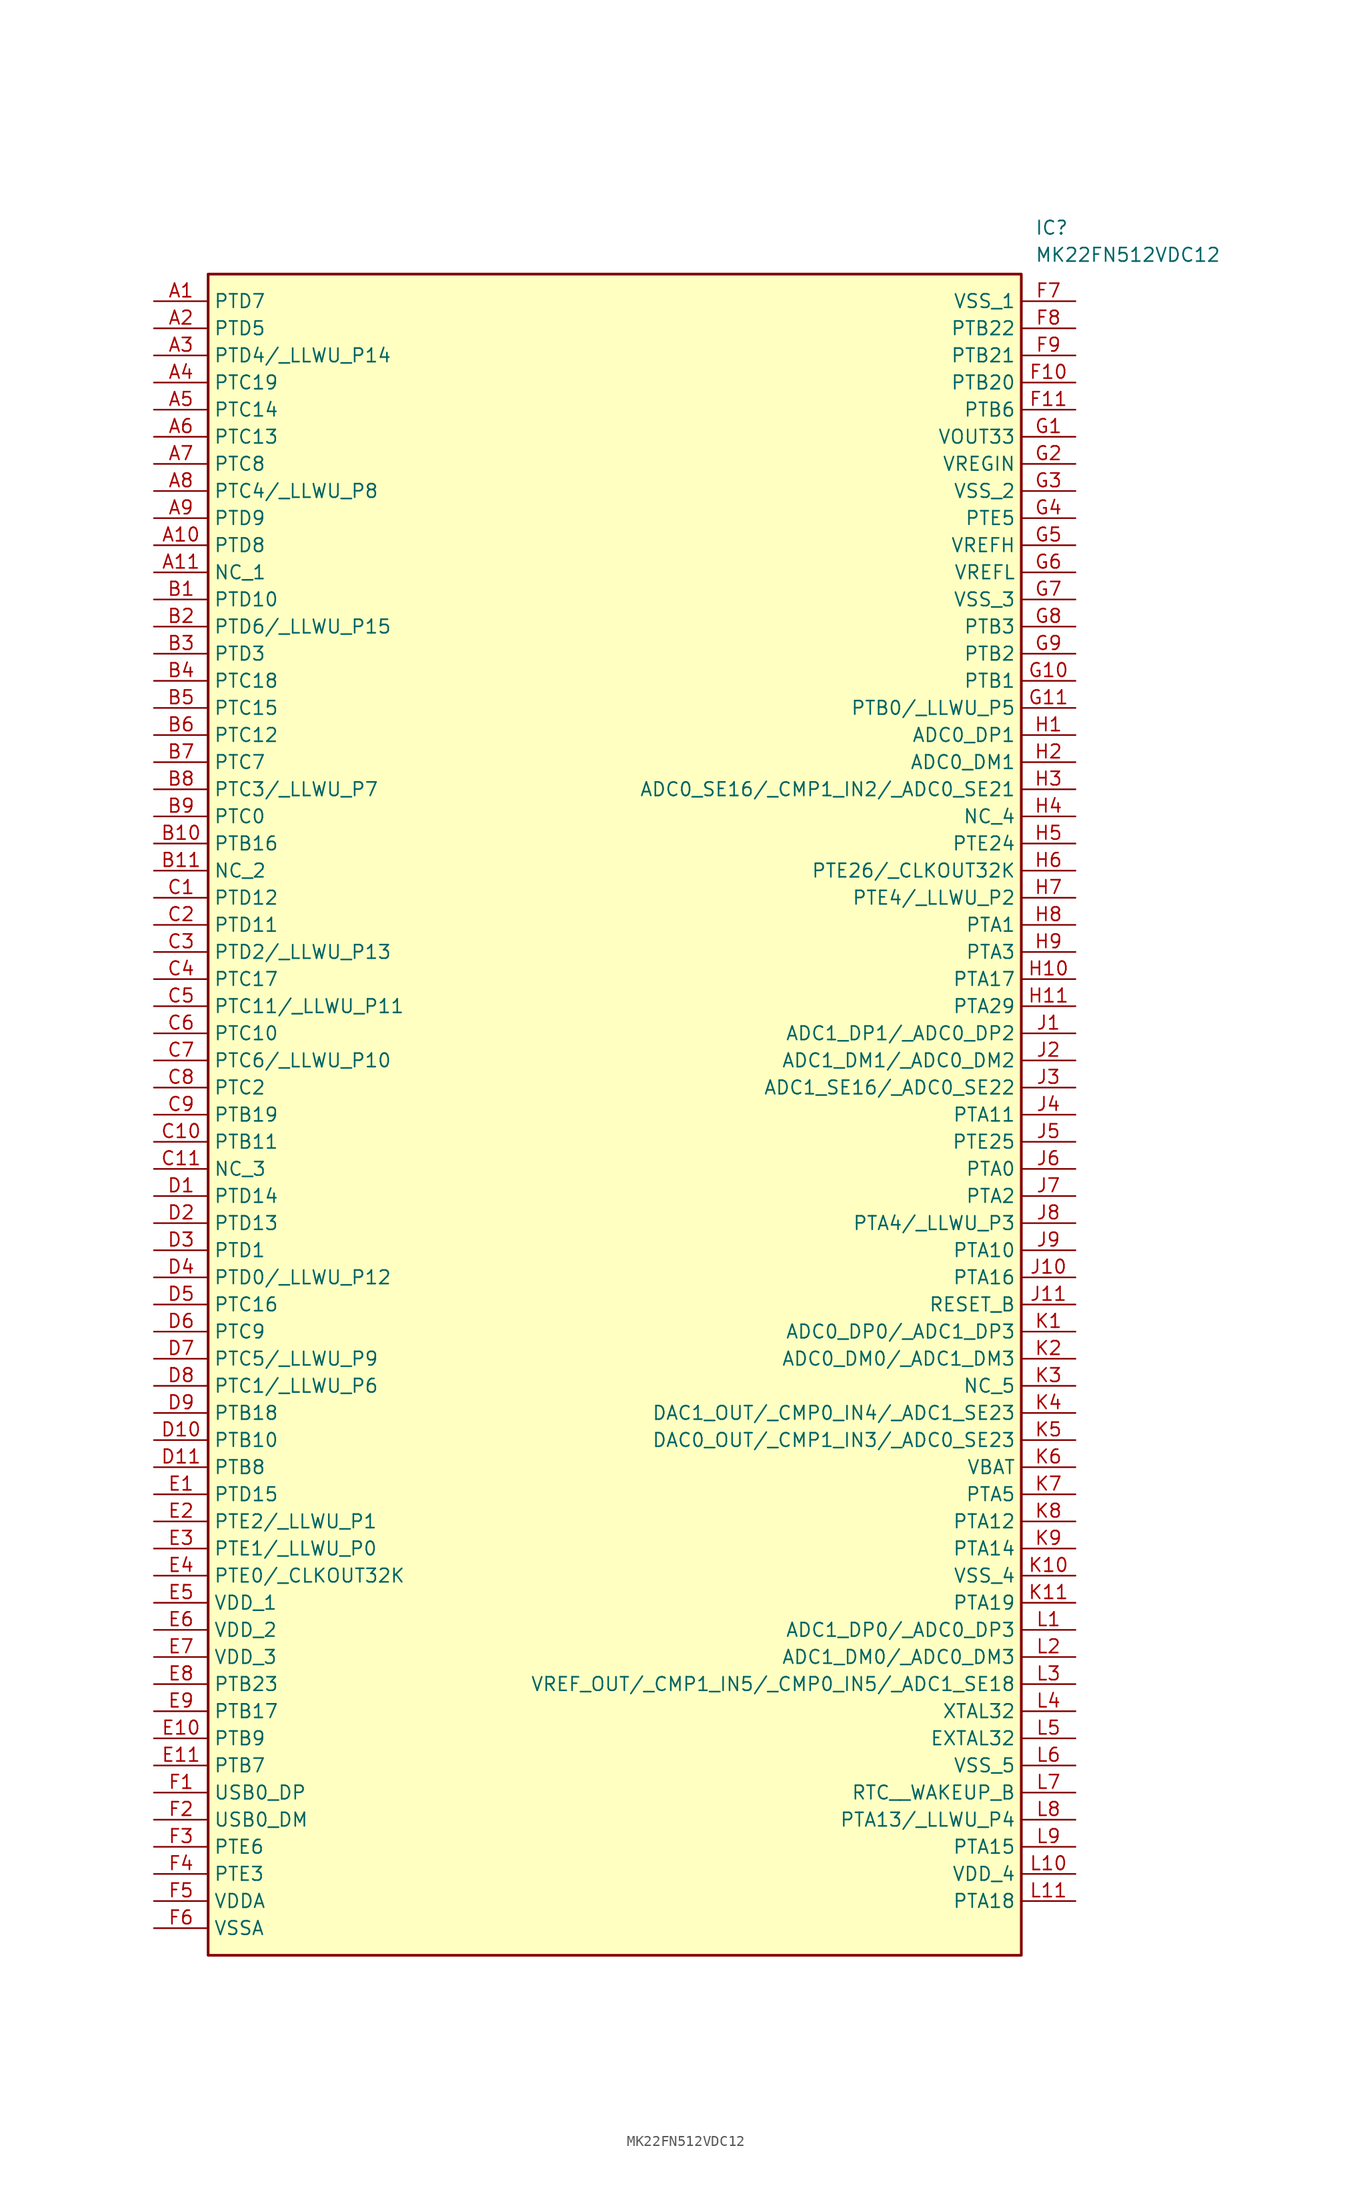
<source format=kicad_sym>
(kicad_symbol_lib
  (version 20211014)
  (generator SamacSys_ECAD_Model)
  (symbol "MK22FN512VDC12"
    (property "Reference" "IC"
      (at 82.55 7.62 0)
      (effects (font (size 1.27 1.27)) (justify left top)))
    (property "Value" "MK22FN512VDC12"
      (at 82.55 5.08 0)
      (effects (font (size 1.27 1.27)) (justify left top)))
    (rectangle
      (start 5.08 2.54)
      (end 81.28 -154.94)
      (stroke (width 0.254) (type default))
      (fill (type background)))
    (pin passive line
      (at 0 0 0)
      (length 5.08)
      (name "PTD7" (effects (font (size 1.27 1.27))))
      (number "A1" (effects (font (size 1.27 1.27)))))
    (pin passive line
      (at 0 -2.54 0)
      (length 5.08)
      (name "PTD5" (effects (font (size 1.27 1.27))))
      (number "A2" (effects (font (size 1.27 1.27)))))
    (pin passive line
      (at 0 -5.08 0)
      (length 5.08)
      (name "PTD4/_LLWU_P14" (effects (font (size 1.27 1.27))))
      (number "A3" (effects (font (size 1.27 1.27)))))
    (pin passive line
      (at 0 -7.62 0)
      (length 5.08)
      (name "PTC19" (effects (font (size 1.27 1.27))))
      (number "A4" (effects (font (size 1.27 1.27)))))
    (pin passive line
      (at 0 -10.16 0)
      (length 5.08)
      (name "PTC14" (effects (font (size 1.27 1.27))))
      (number "A5" (effects (font (size 1.27 1.27)))))
    (pin passive line
      (at 0 -12.7 0)
      (length 5.08)
      (name "PTC13" (effects (font (size 1.27 1.27))))
      (number "A6" (effects (font (size 1.27 1.27)))))
    (pin passive line
      (at 0 -15.24 0)
      (length 5.08)
      (name "PTC8" (effects (font (size 1.27 1.27))))
      (number "A7" (effects (font (size 1.27 1.27)))))
    (pin passive line
      (at 0 -17.78 0)
      (length 5.08)
      (name "PTC4/_LLWU_P8" (effects (font (size 1.27 1.27))))
      (number "A8" (effects (font (size 1.27 1.27)))))
    (pin passive line
      (at 0 -20.32 0)
      (length 5.08)
      (name "PTD9" (effects (font (size 1.27 1.27))))
      (number "A9" (effects (font (size 1.27 1.27)))))
    (pin passive line
      (at 0 -22.86 0)
      (length 5.08)
      (name "PTD8" (effects (font (size 1.27 1.27))))
      (number "A10" (effects (font (size 1.27 1.27)))))
    (pin passive line
      (at 0 -25.4 0)
      (length 5.08)
      (name "NC_1" (effects (font (size 1.27 1.27))))
      (number "A11" (effects (font (size 1.27 1.27)))))
    (pin passive line
      (at 0 -27.94 0)
      (length 5.08)
      (name "PTD10" (effects (font (size 1.27 1.27))))
      (number "B1" (effects (font (size 1.27 1.27)))))
    (pin passive line
      (at 0 -30.48 0)
      (length 5.08)
      (name "PTD6/_LLWU_P15" (effects (font (size 1.27 1.27))))
      (number "B2" (effects (font (size 1.27 1.27)))))
    (pin passive line
      (at 0 -33.02 0)
      (length 5.08)
      (name "PTD3" (effects (font (size 1.27 1.27))))
      (number "B3" (effects (font (size 1.27 1.27)))))
    (pin passive line
      (at 0 -35.56 0)
      (length 5.08)
      (name "PTC18" (effects (font (size 1.27 1.27))))
      (number "B4" (effects (font (size 1.27 1.27)))))
    (pin passive line
      (at 0 -38.1 0)
      (length 5.08)
      (name "PTC15" (effects (font (size 1.27 1.27))))
      (number "B5" (effects (font (size 1.27 1.27)))))
    (pin passive line
      (at 0 -40.64 0)
      (length 5.08)
      (name "PTC12" (effects (font (size 1.27 1.27))))
      (number "B6" (effects (font (size 1.27 1.27)))))
    (pin passive line
      (at 0 -43.18 0)
      (length 5.08)
      (name "PTC7" (effects (font (size 1.27 1.27))))
      (number "B7" (effects (font (size 1.27 1.27)))))
    (pin passive line
      (at 0 -45.72 0)
      (length 5.08)
      (name "PTC3/_LLWU_P7" (effects (font (size 1.27 1.27))))
      (number "B8" (effects (font (size 1.27 1.27)))))
    (pin passive line
      (at 0 -48.26 0)
      (length 5.08)
      (name "PTC0" (effects (font (size 1.27 1.27))))
      (number "B9" (effects (font (size 1.27 1.27)))))
    (pin passive line
      (at 0 -50.8 0)
      (length 5.08)
      (name "PTB16" (effects (font (size 1.27 1.27))))
      (number "B10" (effects (font (size 1.27 1.27)))))
    (pin passive line
      (at 0 -53.34 0)
      (length 5.08)
      (name "NC_2" (effects (font (size 1.27 1.27))))
      (number "B11" (effects (font (size 1.27 1.27)))))
    (pin passive line
      (at 0 -55.88 0)
      (length 5.08)
      (name "PTD12" (effects (font (size 1.27 1.27))))
      (number "C1" (effects (font (size 1.27 1.27)))))
    (pin passive line
      (at 0 -58.42 0)
      (length 5.08)
      (name "PTD11" (effects (font (size 1.27 1.27))))
      (number "C2" (effects (font (size 1.27 1.27)))))
    (pin passive line
      (at 0 -60.96 0)
      (length 5.08)
      (name "PTD2/_LLWU_P13" (effects (font (size 1.27 1.27))))
      (number "C3" (effects (font (size 1.27 1.27)))))
    (pin passive line
      (at 0 -63.5 0)
      (length 5.08)
      (name "PTC17" (effects (font (size 1.27 1.27))))
      (number "C4" (effects (font (size 1.27 1.27)))))
    (pin passive line
      (at 0 -66.04 0)
      (length 5.08)
      (name "PTC11/_LLWU_P11" (effects (font (size 1.27 1.27))))
      (number "C5" (effects (font (size 1.27 1.27)))))
    (pin passive line
      (at 0 -68.58 0)
      (length 5.08)
      (name "PTC10" (effects (font (size 1.27 1.27))))
      (number "C6" (effects (font (size 1.27 1.27)))))
    (pin passive line
      (at 0 -71.12 0)
      (length 5.08)
      (name "PTC6/_LLWU_P10" (effects (font (size 1.27 1.27))))
      (number "C7" (effects (font (size 1.27 1.27)))))
    (pin passive line
      (at 0 -73.66 0)
      (length 5.08)
      (name "PTC2" (effects (font (size 1.27 1.27))))
      (number "C8" (effects (font (size 1.27 1.27)))))
    (pin passive line
      (at 0 -76.2 0)
      (length 5.08)
      (name "PTB19" (effects (font (size 1.27 1.27))))
      (number "C9" (effects (font (size 1.27 1.27)))))
    (pin passive line
      (at 0 -78.74 0)
      (length 5.08)
      (name "PTB11" (effects (font (size 1.27 1.27))))
      (number "C10" (effects (font (size 1.27 1.27)))))
    (pin passive line
      (at 0 -81.28 0)
      (length 5.08)
      (name "NC_3" (effects (font (size 1.27 1.27))))
      (number "C11" (effects (font (size 1.27 1.27)))))
    (pin passive line
      (at 0 -83.82 0)
      (length 5.08)
      (name "PTD14" (effects (font (size 1.27 1.27))))
      (number "D1" (effects (font (size 1.27 1.27)))))
    (pin passive line
      (at 0 -86.36 0)
      (length 5.08)
      (name "PTD13" (effects (font (size 1.27 1.27))))
      (number "D2" (effects (font (size 1.27 1.27)))))
    (pin passive line
      (at 0 -88.9 0)
      (length 5.08)
      (name "PTD1" (effects (font (size 1.27 1.27))))
      (number "D3" (effects (font (size 1.27 1.27)))))
    (pin passive line
      (at 0 -91.44 0)
      (length 5.08)
      (name "PTD0/_LLWU_P12" (effects (font (size 1.27 1.27))))
      (number "D4" (effects (font (size 1.27 1.27)))))
    (pin passive line
      (at 0 -93.98 0)
      (length 5.08)
      (name "PTC16" (effects (font (size 1.27 1.27))))
      (number "D5" (effects (font (size 1.27 1.27)))))
    (pin passive line
      (at 0 -96.52 0)
      (length 5.08)
      (name "PTC9" (effects (font (size 1.27 1.27))))
      (number "D6" (effects (font (size 1.27 1.27)))))
    (pin passive line
      (at 0 -99.06 0)
      (length 5.08)
      (name "PTC5/_LLWU_P9" (effects (font (size 1.27 1.27))))
      (number "D7" (effects (font (size 1.27 1.27)))))
    (pin passive line
      (at 0 -101.6 0)
      (length 5.08)
      (name "PTC1/_LLWU_P6" (effects (font (size 1.27 1.27))))
      (number "D8" (effects (font (size 1.27 1.27)))))
    (pin passive line
      (at 0 -104.14 0)
      (length 5.08)
      (name "PTB18" (effects (font (size 1.27 1.27))))
      (number "D9" (effects (font (size 1.27 1.27)))))
    (pin passive line
      (at 0 -106.68 0)
      (length 5.08)
      (name "PTB10" (effects (font (size 1.27 1.27))))
      (number "D10" (effects (font (size 1.27 1.27)))))
    (pin passive line
      (at 0 -109.22 0)
      (length 5.08)
      (name "PTB8" (effects (font (size 1.27 1.27))))
      (number "D11" (effects (font (size 1.27 1.27)))))
    (pin passive line
      (at 0 -111.76 0)
      (length 5.08)
      (name "PTD15" (effects (font (size 1.27 1.27))))
      (number "E1" (effects (font (size 1.27 1.27)))))
    (pin passive line
      (at 0 -114.3 0)
      (length 5.08)
      (name "PTE2/_LLWU_P1" (effects (font (size 1.27 1.27))))
      (number "E2" (effects (font (size 1.27 1.27)))))
    (pin passive line
      (at 0 -116.84 0)
      (length 5.08)
      (name "PTE1/_LLWU_P0" (effects (font (size 1.27 1.27))))
      (number "E3" (effects (font (size 1.27 1.27)))))
    (pin passive line
      (at 0 -119.38 0)
      (length 5.08)
      (name "PTE0/_CLKOUT32K" (effects (font (size 1.27 1.27))))
      (number "E4" (effects (font (size 1.27 1.27)))))
    (pin passive line
      (at 0 -121.92 0)
      (length 5.08)
      (name "VDD_1" (effects (font (size 1.27 1.27))))
      (number "E5" (effects (font (size 1.27 1.27)))))
    (pin passive line
      (at 0 -124.46 0)
      (length 5.08)
      (name "VDD_2" (effects (font (size 1.27 1.27))))
      (number "E6" (effects (font (size 1.27 1.27)))))
    (pin passive line
      (at 0 -127 0)
      (length 5.08)
      (name "VDD_3" (effects (font (size 1.27 1.27))))
      (number "E7" (effects (font (size 1.27 1.27)))))
    (pin passive line
      (at 0 -129.54 0)
      (length 5.08)
      (name "PTB23" (effects (font (size 1.27 1.27))))
      (number "E8" (effects (font (size 1.27 1.27)))))
    (pin passive line
      (at 0 -132.08 0)
      (length 5.08)
      (name "PTB17" (effects (font (size 1.27 1.27))))
      (number "E9" (effects (font (size 1.27 1.27)))))
    (pin passive line
      (at 0 -134.62 0)
      (length 5.08)
      (name "PTB9" (effects (font (size 1.27 1.27))))
      (number "E10" (effects (font (size 1.27 1.27)))))
    (pin passive line
      (at 0 -137.16 0)
      (length 5.08)
      (name "PTB7" (effects (font (size 1.27 1.27))))
      (number "E11" (effects (font (size 1.27 1.27)))))
    (pin passive line
      (at 0 -139.7 0)
      (length 5.08)
      (name "USB0_DP" (effects (font (size 1.27 1.27))))
      (number "F1" (effects (font (size 1.27 1.27)))))
    (pin passive line
      (at 0 -142.24 0)
      (length 5.08)
      (name "USB0_DM" (effects (font (size 1.27 1.27))))
      (number "F2" (effects (font (size 1.27 1.27)))))
    (pin passive line
      (at 0 -144.78 0)
      (length 5.08)
      (name "PTE6" (effects (font (size 1.27 1.27))))
      (number "F3" (effects (font (size 1.27 1.27)))))
    (pin passive line
      (at 0 -147.32 0)
      (length 5.08)
      (name "PTE3" (effects (font (size 1.27 1.27))))
      (number "F4" (effects (font (size 1.27 1.27)))))
    (pin passive line
      (at 0 -149.86 0)
      (length 5.08)
      (name "VDDA" (effects (font (size 1.27 1.27))))
      (number "F5" (effects (font (size 1.27 1.27)))))
    (pin passive line
      (at 0 -152.4 0)
      (length 5.08)
      (name "VSSA" (effects (font (size 1.27 1.27))))
      (number "F6" (effects (font (size 1.27 1.27)))))
    (pin passive line
      (at 86.36 0 180)
      (length 5.08)
      (name "VSS_1" (effects (font (size 1.27 1.27))))
      (number "F7" (effects (font (size 1.27 1.27)))))
    (pin passive line
      (at 86.36 -2.54 180)
      (length 5.08)
      (name "PTB22" (effects (font (size 1.27 1.27))))
      (number "F8" (effects (font (size 1.27 1.27)))))
    (pin passive line
      (at 86.36 -5.08 180)
      (length 5.08)
      (name "PTB21" (effects (font (size 1.27 1.27))))
      (number "F9" (effects (font (size 1.27 1.27)))))
    (pin passive line
      (at 86.36 -7.62 180)
      (length 5.08)
      (name "PTB20" (effects (font (size 1.27 1.27))))
      (number "F10" (effects (font (size 1.27 1.27)))))
    (pin passive line
      (at 86.36 -10.16 180)
      (length 5.08)
      (name "PTB6" (effects (font (size 1.27 1.27))))
      (number "F11" (effects (font (size 1.27 1.27)))))
    (pin passive line
      (at 86.36 -12.7 180)
      (length 5.08)
      (name "VOUT33" (effects (font (size 1.27 1.27))))
      (number "G1" (effects (font (size 1.27 1.27)))))
    (pin passive line
      (at 86.36 -15.24 180)
      (length 5.08)
      (name "VREGIN" (effects (font (size 1.27 1.27))))
      (number "G2" (effects (font (size 1.27 1.27)))))
    (pin passive line
      (at 86.36 -17.78 180)
      (length 5.08)
      (name "VSS_2" (effects (font (size 1.27 1.27))))
      (number "G3" (effects (font (size 1.27 1.27)))))
    (pin passive line
      (at 86.36 -20.32 180)
      (length 5.08)
      (name "PTE5" (effects (font (size 1.27 1.27))))
      (number "G4" (effects (font (size 1.27 1.27)))))
    (pin passive line
      (at 86.36 -22.86 180)
      (length 5.08)
      (name "VREFH" (effects (font (size 1.27 1.27))))
      (number "G5" (effects (font (size 1.27 1.27)))))
    (pin passive line
      (at 86.36 -25.4 180)
      (length 5.08)
      (name "VREFL" (effects (font (size 1.27 1.27))))
      (number "G6" (effects (font (size 1.27 1.27)))))
    (pin passive line
      (at 86.36 -27.94 180)
      (length 5.08)
      (name "VSS_3" (effects (font (size 1.27 1.27))))
      (number "G7" (effects (font (size 1.27 1.27)))))
    (pin passive line
      (at 86.36 -30.48 180)
      (length 5.08)
      (name "PTB3" (effects (font (size 1.27 1.27))))
      (number "G8" (effects (font (size 1.27 1.27)))))
    (pin passive line
      (at 86.36 -33.02 180)
      (length 5.08)
      (name "PTB2" (effects (font (size 1.27 1.27))))
      (number "G9" (effects (font (size 1.27 1.27)))))
    (pin passive line
      (at 86.36 -35.56 180)
      (length 5.08)
      (name "PTB1" (effects (font (size 1.27 1.27))))
      (number "G10" (effects (font (size 1.27 1.27)))))
    (pin passive line
      (at 86.36 -38.1 180)
      (length 5.08)
      (name "PTB0/_LLWU_P5" (effects (font (size 1.27 1.27))))
      (number "G11" (effects (font (size 1.27 1.27)))))
    (pin passive line
      (at 86.36 -40.64 180)
      (length 5.08)
      (name "ADC0_DP1" (effects (font (size 1.27 1.27))))
      (number "H1" (effects (font (size 1.27 1.27)))))
    (pin passive line
      (at 86.36 -43.18 180)
      (length 5.08)
      (name "ADC0_DM1" (effects (font (size 1.27 1.27))))
      (number "H2" (effects (font (size 1.27 1.27)))))
    (pin passive line
      (at 86.36 -45.72 180)
      (length 5.08)
      (name "ADC0_SE16/_CMP1_IN2/_ADC0_SE21" (effects (font (size 1.27 1.27))))
      (number "H3" (effects (font (size 1.27 1.27)))))
    (pin passive line
      (at 86.36 -48.26 180)
      (length 5.08)
      (name "NC_4" (effects (font (size 1.27 1.27))))
      (number "H4" (effects (font (size 1.27 1.27)))))
    (pin passive line
      (at 86.36 -50.8 180)
      (length 5.08)
      (name "PTE24" (effects (font (size 1.27 1.27))))
      (number "H5" (effects (font (size 1.27 1.27)))))
    (pin passive line
      (at 86.36 -53.34 180)
      (length 5.08)
      (name "PTE26/_CLKOUT32K" (effects (font (size 1.27 1.27))))
      (number "H6" (effects (font (size 1.27 1.27)))))
    (pin passive line
      (at 86.36 -55.88 180)
      (length 5.08)
      (name "PTE4/_LLWU_P2" (effects (font (size 1.27 1.27))))
      (number "H7" (effects (font (size 1.27 1.27)))))
    (pin passive line
      (at 86.36 -58.42 180)
      (length 5.08)
      (name "PTA1" (effects (font (size 1.27 1.27))))
      (number "H8" (effects (font (size 1.27 1.27)))))
    (pin passive line
      (at 86.36 -60.96 180)
      (length 5.08)
      (name "PTA3" (effects (font (size 1.27 1.27))))
      (number "H9" (effects (font (size 1.27 1.27)))))
    (pin passive line
      (at 86.36 -63.5 180)
      (length 5.08)
      (name "PTA17" (effects (font (size 1.27 1.27))))
      (number "H10" (effects (font (size 1.27 1.27)))))
    (pin passive line
      (at 86.36 -66.04 180)
      (length 5.08)
      (name "PTA29" (effects (font (size 1.27 1.27))))
      (number "H11" (effects (font (size 1.27 1.27)))))
    (pin passive line
      (at 86.36 -68.58 180)
      (length 5.08)
      (name "ADC1_DP1/_ADC0_DP2" (effects (font (size 1.27 1.27))))
      (number "J1" (effects (font (size 1.27 1.27)))))
    (pin passive line
      (at 86.36 -71.12 180)
      (length 5.08)
      (name "ADC1_DM1/_ADC0_DM2" (effects (font (size 1.27 1.27))))
      (number "J2" (effects (font (size 1.27 1.27)))))
    (pin passive line
      (at 86.36 -73.66 180)
      (length 5.08)
      (name "ADC1_SE16/_ADC0_SE22" (effects (font (size 1.27 1.27))))
      (number "J3" (effects (font (size 1.27 1.27)))))
    (pin passive line
      (at 86.36 -76.2 180)
      (length 5.08)
      (name "PTA11" (effects (font (size 1.27 1.27))))
      (number "J4" (effects (font (size 1.27 1.27)))))
    (pin passive line
      (at 86.36 -78.74 180)
      (length 5.08)
      (name "PTE25" (effects (font (size 1.27 1.27))))
      (number "J5" (effects (font (size 1.27 1.27)))))
    (pin passive line
      (at 86.36 -81.28 180)
      (length 5.08)
      (name "PTA0" (effects (font (size 1.27 1.27))))
      (number "J6" (effects (font (size 1.27 1.27)))))
    (pin passive line
      (at 86.36 -83.82 180)
      (length 5.08)
      (name "PTA2" (effects (font (size 1.27 1.27))))
      (number "J7" (effects (font (size 1.27 1.27)))))
    (pin passive line
      (at 86.36 -86.36 180)
      (length 5.08)
      (name "PTA4/_LLWU_P3" (effects (font (size 1.27 1.27))))
      (number "J8" (effects (font (size 1.27 1.27)))))
    (pin passive line
      (at 86.36 -88.9 180)
      (length 5.08)
      (name "PTA10" (effects (font (size 1.27 1.27))))
      (number "J9" (effects (font (size 1.27 1.27)))))
    (pin passive line
      (at 86.36 -91.44 180)
      (length 5.08)
      (name "PTA16" (effects (font (size 1.27 1.27))))
      (number "J10" (effects (font (size 1.27 1.27)))))
    (pin passive line
      (at 86.36 -93.98 180)
      (length 5.08)
      (name "RESET_B" (effects (font (size 1.27 1.27))))
      (number "J11" (effects (font (size 1.27 1.27)))))
    (pin passive line
      (at 86.36 -96.52 180)
      (length 5.08)
      (name "ADC0_DP0/_ADC1_DP3" (effects (font (size 1.27 1.27))))
      (number "K1" (effects (font (size 1.27 1.27)))))
    (pin passive line
      (at 86.36 -99.06 180)
      (length 5.08)
      (name "ADC0_DM0/_ADC1_DM3" (effects (font (size 1.27 1.27))))
      (number "K2" (effects (font (size 1.27 1.27)))))
    (pin passive line
      (at 86.36 -101.6 180)
      (length 5.08)
      (name "NC_5" (effects (font (size 1.27 1.27))))
      (number "K3" (effects (font (size 1.27 1.27)))))
    (pin passive line
      (at 86.36 -104.14 180)
      (length 5.08)
      (name "DAC1_OUT/_CMP0_IN4/_ADC1_SE23" (effects (font (size 1.27 1.27))))
      (number "K4" (effects (font (size 1.27 1.27)))))
    (pin passive line
      (at 86.36 -106.68 180)
      (length 5.08)
      (name "DAC0_OUT/_CMP1_IN3/_ADC0_SE23" (effects (font (size 1.27 1.27))))
      (number "K5" (effects (font (size 1.27 1.27)))))
    (pin passive line
      (at 86.36 -109.22 180)
      (length 5.08)
      (name "VBAT" (effects (font (size 1.27 1.27))))
      (number "K6" (effects (font (size 1.27 1.27)))))
    (pin passive line
      (at 86.36 -111.76 180)
      (length 5.08)
      (name "PTA5" (effects (font (size 1.27 1.27))))
      (number "K7" (effects (font (size 1.27 1.27)))))
    (pin passive line
      (at 86.36 -114.3 180)
      (length 5.08)
      (name "PTA12" (effects (font (size 1.27 1.27))))
      (number "K8" (effects (font (size 1.27 1.27)))))
    (pin passive line
      (at 86.36 -116.84 180)
      (length 5.08)
      (name "PTA14" (effects (font (size 1.27 1.27))))
      (number "K9" (effects (font (size 1.27 1.27)))))
    (pin passive line
      (at 86.36 -119.38 180)
      (length 5.08)
      (name "VSS_4" (effects (font (size 1.27 1.27))))
      (number "K10" (effects (font (size 1.27 1.27)))))
    (pin passive line
      (at 86.36 -121.92 180)
      (length 5.08)
      (name "PTA19" (effects (font (size 1.27 1.27))))
      (number "K11" (effects (font (size 1.27 1.27)))))
    (pin passive line
      (at 86.36 -124.46 180)
      (length 5.08)
      (name "ADC1_DP0/_ADC0_DP3" (effects (font (size 1.27 1.27))))
      (number "L1" (effects (font (size 1.27 1.27)))))
    (pin passive line
      (at 86.36 -127 180)
      (length 5.08)
      (name "ADC1_DM0/_ADC0_DM3" (effects (font (size 1.27 1.27))))
      (number "L2" (effects (font (size 1.27 1.27)))))
    (pin passive line
      (at 86.36 -129.54 180)
      (length 5.08)
      (name "VREF_OUT/_CMP1_IN5/_CMP0_IN5/_ADC1_SE18" (effects (font (size 1.27 1.27))))
      (number "L3" (effects (font (size 1.27 1.27)))))
    (pin passive line
      (at 86.36 -132.08 180)
      (length 5.08)
      (name "XTAL32" (effects (font (size 1.27 1.27))))
      (number "L4" (effects (font (size 1.27 1.27)))))
    (pin passive line
      (at 86.36 -134.62 180)
      (length 5.08)
      (name "EXTAL32" (effects (font (size 1.27 1.27))))
      (number "L5" (effects (font (size 1.27 1.27)))))
    (pin passive line
      (at 86.36 -137.16 180)
      (length 5.08)
      (name "VSS_5" (effects (font (size 1.27 1.27))))
      (number "L6" (effects (font (size 1.27 1.27)))))
    (pin passive line
      (at 86.36 -139.7 180)
      (length 5.08)
      (name "RTC__WAKEUP_B" (effects (font (size 1.27 1.27))))
      (number "L7" (effects (font (size 1.27 1.27)))))
    (pin passive line
      (at 86.36 -142.24 180)
      (length 5.08)
      (name "PTA13/_LLWU_P4" (effects (font (size 1.27 1.27))))
      (number "L8" (effects (font (size 1.27 1.27)))))
    (pin passive line
      (at 86.36 -144.78 180)
      (length 5.08)
      (name "PTA15" (effects (font (size 1.27 1.27))))
      (number "L9" (effects (font (size 1.27 1.27)))))
    (pin passive line
      (at 86.36 -147.32 180)
      (length 5.08)
      (name "VDD_4" (effects (font (size 1.27 1.27))))
      (number "L10" (effects (font (size 1.27 1.27)))))
    (pin passive line
      (at 86.36 -149.86 180)
      (length 5.08)
      (name "PTA18" (effects (font (size 1.27 1.27))))
      (number "L11" (effects (font (size 1.27 1.27)))))))
</source>
